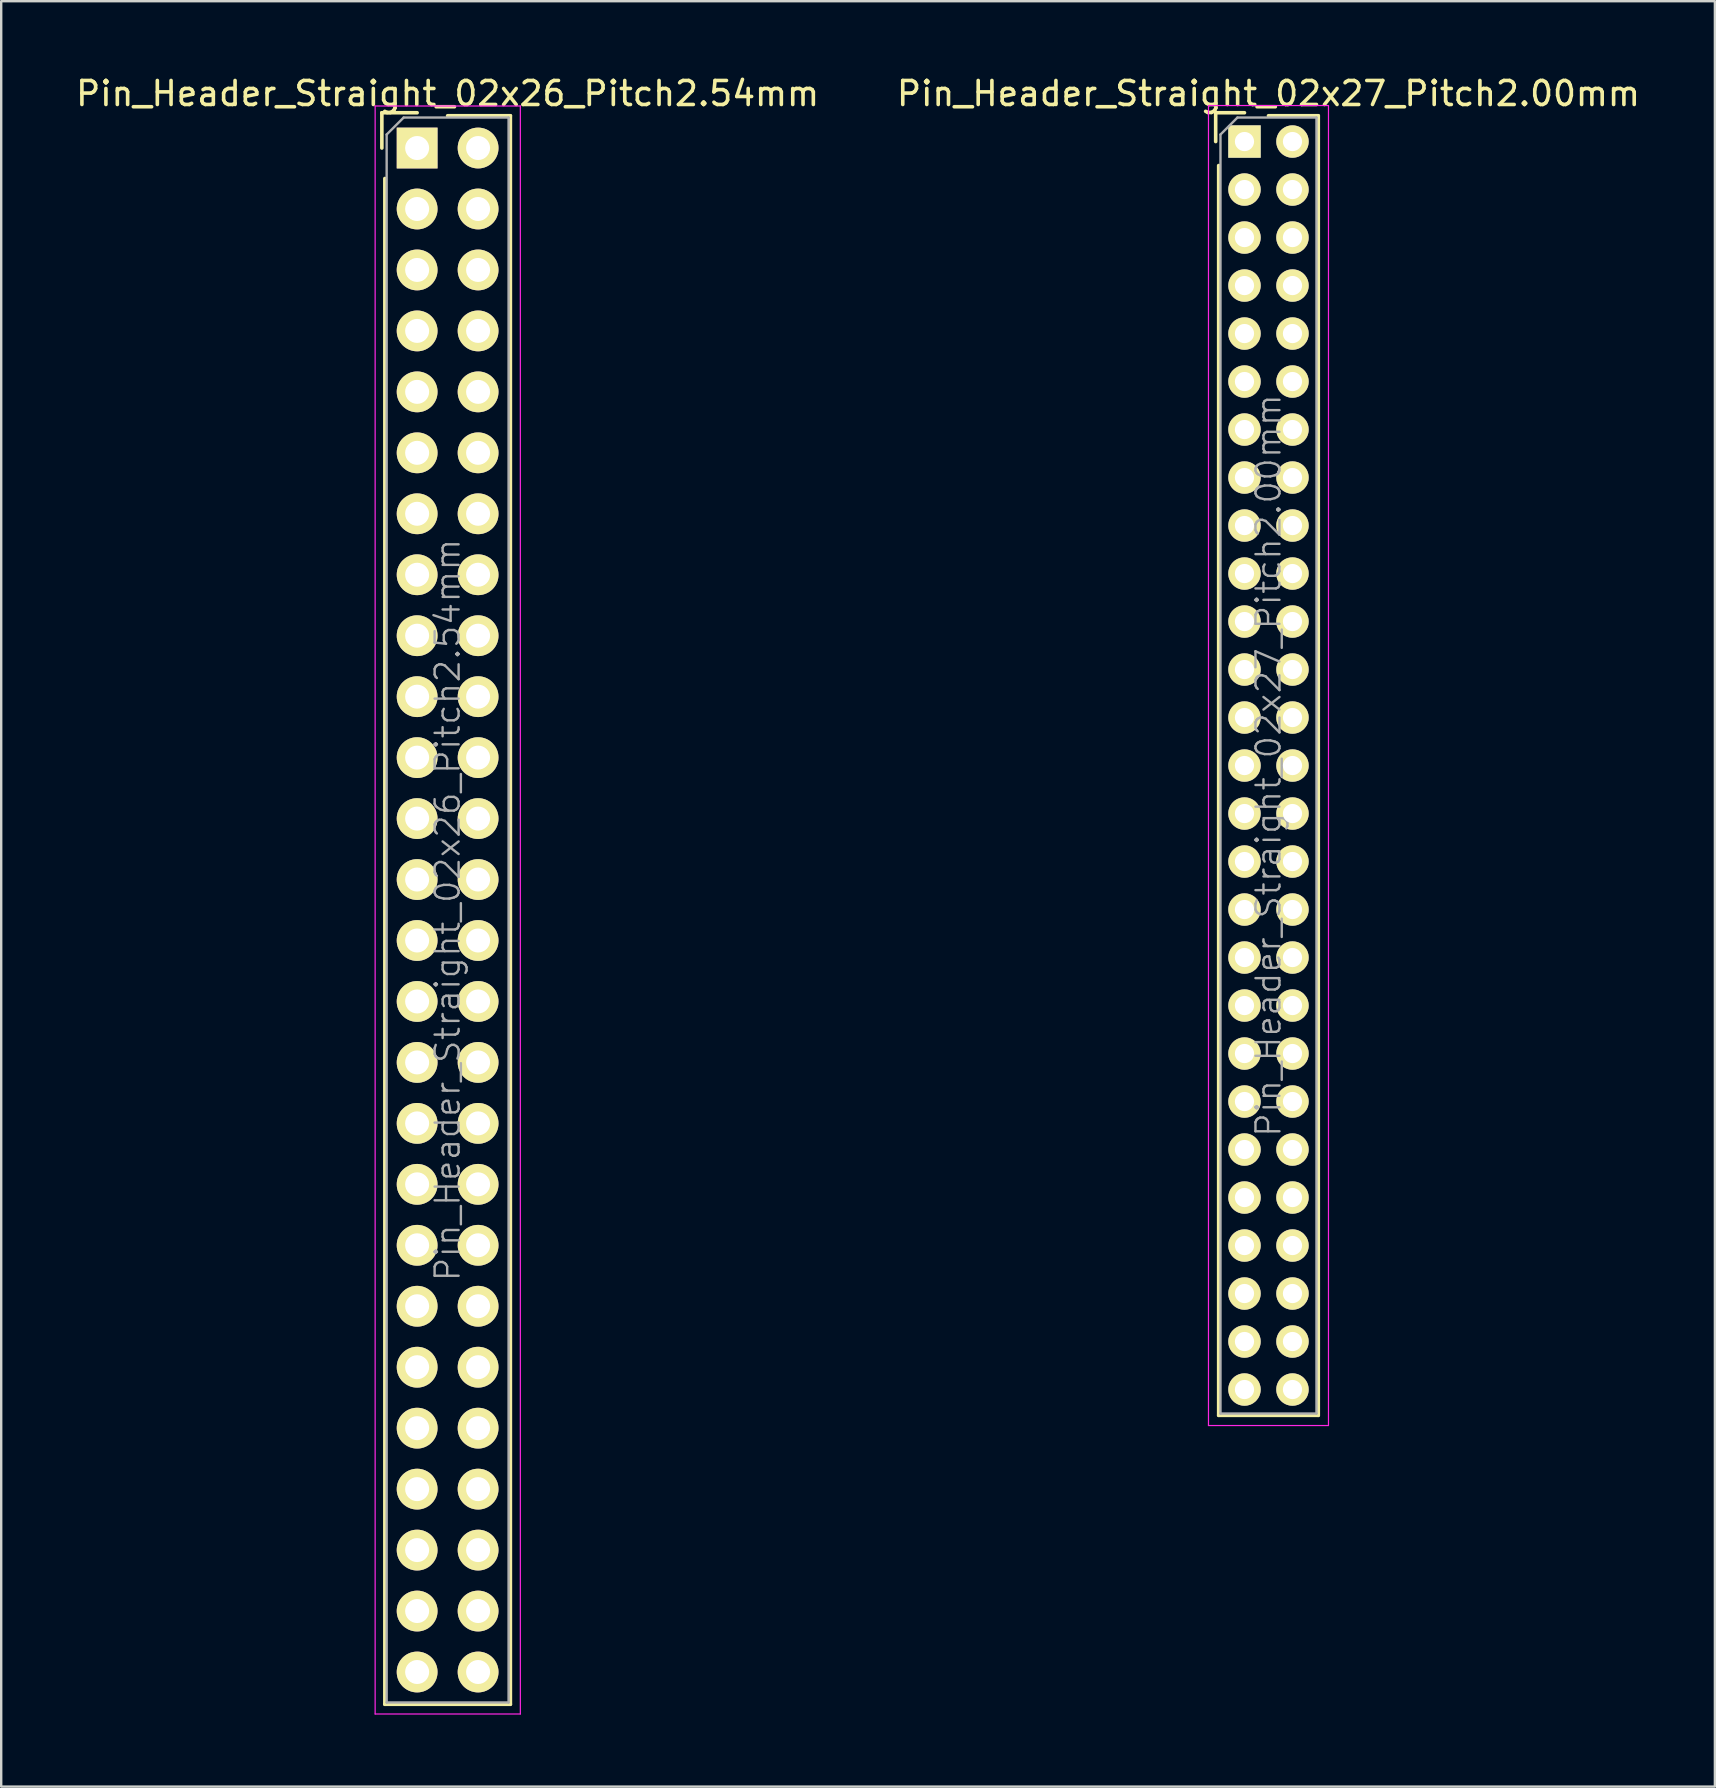
<source format=kicad_pcb>
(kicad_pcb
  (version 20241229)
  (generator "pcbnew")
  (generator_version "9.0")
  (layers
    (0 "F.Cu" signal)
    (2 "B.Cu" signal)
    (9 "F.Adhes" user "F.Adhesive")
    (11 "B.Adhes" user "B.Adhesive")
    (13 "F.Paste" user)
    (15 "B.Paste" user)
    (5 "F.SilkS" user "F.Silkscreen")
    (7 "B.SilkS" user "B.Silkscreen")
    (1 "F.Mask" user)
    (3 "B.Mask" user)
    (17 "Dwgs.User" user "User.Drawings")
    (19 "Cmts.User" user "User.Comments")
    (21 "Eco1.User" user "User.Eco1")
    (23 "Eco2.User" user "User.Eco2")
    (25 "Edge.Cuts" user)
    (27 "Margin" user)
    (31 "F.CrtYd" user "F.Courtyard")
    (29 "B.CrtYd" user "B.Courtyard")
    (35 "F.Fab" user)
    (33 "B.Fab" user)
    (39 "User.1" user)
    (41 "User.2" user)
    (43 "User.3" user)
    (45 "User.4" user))
  (footprint "Pin_Header_Straight_02x26_Pitch2.54mm"
    (layer "F.Cu")
    (at 14.331 3.118)
    (property "Reference" "Pin_Header_Straight_02x26_Pitch2.54mm" (at 1.27 -2.27 0) (layer "F.SilkS") (effects (font (size 1 1) (thickness 0.15))))
    (attr smd)
    (fp_line (start -1.47 -1.47) (end -1.47 0) (stroke (width 0.15) (type solid)) (layer "F.SilkS"))
    (fp_line (start -1.47 -1.47) (end 0 -1.47) (stroke (width 0.15) (type solid)) (layer "F.SilkS"))
    (fp_line (start -1.345 1.27) (end -1.345 64.845) (stroke (width 0.15) (type solid)) (layer "F.SilkS"))
    (fp_line (start -1.345 64.845) (end 3.885 64.845) (stroke (width 0.15) (type solid)) (layer "F.SilkS"))
    (fp_line (start 1.27 -1.345) (end 3.885 -1.345) (stroke (width 0.15) (type solid)) (layer "F.SilkS"))
    (fp_line (start 3.885 -1.345) (end 3.885 64.845) (stroke (width 0.15) (type solid)) (layer "F.SilkS"))
    (fp_line (start -1.75 -1.75) (end -1.75 65.25) (stroke (width 0.05) (type solid)) (layer "F.CrtYd"))
    (fp_line (start 4.3 -1.75) (end -1.75 -1.75) (stroke (width 0.05) (type solid)) (layer "F.CrtYd"))
    (fp_line (start 4.3 -1.75) (end 4.3 65.25) (stroke (width 0.05) (type solid)) (layer "F.CrtYd"))
    (fp_line (start 4.3 65.25) (end -1.75 65.25) (stroke (width 0.05) (type solid)) (layer "F.CrtYd"))
    (fp_line (start -1.27 -0.563) (end -0.563 -1.27) (stroke (width 0.1) (type solid)) (layer "F.Fab"))
    (fp_line (start -1.27 64.77) (end -1.27 -0.563) (stroke (width 0.1) (type solid)) (layer "F.Fab"))
    (fp_line (start 3.81 -1.27) (end -0.563 -1.27) (stroke (width 0.1) (type solid)) (layer "F.Fab"))
    (fp_line (start 3.81 64.77) (end -1.27 64.77) (stroke (width 0.1) (type solid)) (layer "F.Fab"))
    (fp_line (start 3.81 64.77) (end 3.81 -1.27) (stroke (width 0.1) (type solid)) (layer "F.Fab"))
    (fp_text user "${REFERENCE}" (at 1.27 31.75 90) (layer "F.Fab") (effects (font (size 1 1) (thickness 0.1))))
    (pad "1" thru_hole rect (at 0 0) (size 1.7 1.7) (drill 1) (layers "*.Cu" "*.Mask" "F.SilkS"))
    (pad "2" thru_hole oval (at 2.54 0) (size 1.7 1.7) (drill 1) (layers "*.Cu" "*.Mask" "F.SilkS"))
    (pad "3" thru_hole oval (at 0 2.54) (size 1.7 1.7) (drill 1) (layers "*.Cu" "*.Mask" "F.SilkS"))
    (pad "4" thru_hole oval (at 2.54 2.54) (size 1.7 1.7) (drill 1) (layers "*.Cu" "*.Mask" "F.SilkS"))
    (pad "5" thru_hole oval (at 0 5.08) (size 1.7 1.7) (drill 1) (layers "*.Cu" "*.Mask" "F.SilkS"))
    (pad "6" thru_hole oval (at 2.54 5.08) (size 1.7 1.7) (drill 1) (layers "*.Cu" "*.Mask" "F.SilkS"))
    (pad "7" thru_hole oval (at 0 7.62) (size 1.7 1.7) (drill 1) (layers "*.Cu" "*.Mask" "F.SilkS"))
    (pad "8" thru_hole oval (at 2.54 7.62) (size 1.7 1.7) (drill 1) (layers "*.Cu" "*.Mask" "F.SilkS"))
    (pad "9" thru_hole oval (at 0 10.16) (size 1.7 1.7) (drill 1) (layers "*.Cu" "*.Mask" "F.SilkS"))
    (pad "10" thru_hole oval (at 2.54 10.16) (size 1.7 1.7) (drill 1) (layers "*.Cu" "*.Mask" "F.SilkS"))
    (pad "11" thru_hole oval (at 0 12.7) (size 1.7 1.7) (drill 1) (layers "*.Cu" "*.Mask" "F.SilkS"))
    (pad "12" thru_hole oval (at 2.54 12.7) (size 1.7 1.7) (drill 1) (layers "*.Cu" "*.Mask" "F.SilkS"))
    (pad "13" thru_hole oval (at 0 15.24) (size 1.7 1.7) (drill 1) (layers "*.Cu" "*.Mask" "F.SilkS"))
    (pad "14" thru_hole oval (at 2.54 15.24) (size 1.7 1.7) (drill 1) (layers "*.Cu" "*.Mask" "F.SilkS"))
    (pad "15" thru_hole oval (at 0 17.78) (size 1.7 1.7) (drill 1) (layers "*.Cu" "*.Mask" "F.SilkS"))
    (pad "16" thru_hole oval (at 2.54 17.78) (size 1.7 1.7) (drill 1) (layers "*.Cu" "*.Mask" "F.SilkS"))
    (pad "17" thru_hole oval (at 0 20.32) (size 1.7 1.7) (drill 1) (layers "*.Cu" "*.Mask" "F.SilkS"))
    (pad "18" thru_hole oval (at 2.54 20.32) (size 1.7 1.7) (drill 1) (layers "*.Cu" "*.Mask" "F.SilkS"))
    (pad "19" thru_hole oval (at 0 22.86) (size 1.7 1.7) (drill 1) (layers "*.Cu" "*.Mask" "F.SilkS"))
    (pad "20" thru_hole oval (at 2.54 22.86) (size 1.7 1.7) (drill 1) (layers "*.Cu" "*.Mask" "F.SilkS"))
    (pad "21" thru_hole oval (at 0 25.4) (size 1.7 1.7) (drill 1) (layers "*.Cu" "*.Mask" "F.SilkS"))
    (pad "22" thru_hole oval (at 2.54 25.4) (size 1.7 1.7) (drill 1) (layers "*.Cu" "*.Mask" "F.SilkS"))
    (pad "23" thru_hole oval (at 0 27.94) (size 1.7 1.7) (drill 1) (layers "*.Cu" "*.Mask" "F.SilkS"))
    (pad "24" thru_hole oval (at 2.54 27.94) (size 1.7 1.7) (drill 1) (layers "*.Cu" "*.Mask" "F.SilkS"))
    (pad "25" thru_hole oval (at 0 30.48) (size 1.7 1.7) (drill 1) (layers "*.Cu" "*.Mask" "F.SilkS"))
    (pad "26" thru_hole oval (at 2.54 30.48) (size 1.7 1.7) (drill 1) (layers "*.Cu" "*.Mask" "F.SilkS"))
    (pad "27" thru_hole oval (at 0 33.02) (size 1.7 1.7) (drill 1) (layers "*.Cu" "*.Mask" "F.SilkS"))
    (pad "28" thru_hole oval (at 2.54 33.02) (size 1.7 1.7) (drill 1) (layers "*.Cu" "*.Mask" "F.SilkS"))
    (pad "29" thru_hole oval (at 0 35.56) (size 1.7 1.7) (drill 1) (layers "*.Cu" "*.Mask" "F.SilkS"))
    (pad "30" thru_hole oval (at 2.54 35.56) (size 1.7 1.7) (drill 1) (layers "*.Cu" "*.Mask" "F.SilkS"))
    (pad "31" thru_hole oval (at 0 38.1) (size 1.7 1.7) (drill 1) (layers "*.Cu" "*.Mask" "F.SilkS"))
    (pad "32" thru_hole oval (at 2.54 38.1) (size 1.7 1.7) (drill 1) (layers "*.Cu" "*.Mask" "F.SilkS"))
    (pad "33" thru_hole oval (at 0 40.64) (size 1.7 1.7) (drill 1) (layers "*.Cu" "*.Mask" "F.SilkS"))
    (pad "34" thru_hole oval (at 2.54 40.64) (size 1.7 1.7) (drill 1) (layers "*.Cu" "*.Mask" "F.SilkS"))
    (pad "35" thru_hole oval (at 0 43.18) (size 1.7 1.7) (drill 1) (layers "*.Cu" "*.Mask" "F.SilkS"))
    (pad "36" thru_hole oval (at 2.54 43.18) (size 1.7 1.7) (drill 1) (layers "*.Cu" "*.Mask" "F.SilkS"))
    (pad "37" thru_hole oval (at 0 45.72) (size 1.7 1.7) (drill 1) (layers "*.Cu" "*.Mask" "F.SilkS"))
    (pad "38" thru_hole oval (at 2.54 45.72) (size 1.7 1.7) (drill 1) (layers "*.Cu" "*.Mask" "F.SilkS"))
    (pad "39" thru_hole oval (at 0 48.26) (size 1.7 1.7) (drill 1) (layers "*.Cu" "*.Mask" "F.SilkS"))
    (pad "40" thru_hole oval (at 2.54 48.26) (size 1.7 1.7) (drill 1) (layers "*.Cu" "*.Mask" "F.SilkS"))
    (pad "41" thru_hole oval (at 0 50.8) (size 1.7 1.7) (drill 1) (layers "*.Cu" "*.Mask" "F.SilkS"))
    (pad "42" thru_hole oval (at 2.54 50.8) (size 1.7 1.7) (drill 1) (layers "*.Cu" "*.Mask" "F.SilkS"))
    (pad "43" thru_hole oval (at 0 53.34) (size 1.7 1.7) (drill 1) (layers "*.Cu" "*.Mask" "F.SilkS"))
    (pad "44" thru_hole oval (at 2.54 53.34) (size 1.7 1.7) (drill 1) (layers "*.Cu" "*.Mask" "F.SilkS"))
    (pad "45" thru_hole oval (at 0 55.88) (size 1.7 1.7) (drill 1) (layers "*.Cu" "*.Mask" "F.SilkS"))
    (pad "46" thru_hole oval (at 2.54 55.88) (size 1.7 1.7) (drill 1) (layers "*.Cu" "*.Mask" "F.SilkS"))
    (pad "47" thru_hole oval (at 0 58.42) (size 1.7 1.7) (drill 1) (layers "*.Cu" "*.Mask" "F.SilkS"))
    (pad "48" thru_hole oval (at 2.54 58.42) (size 1.7 1.7) (drill 1) (layers "*.Cu" "*.Mask" "F.SilkS"))
    (pad "49" thru_hole oval (at 0 60.96) (size 1.7 1.7) (drill 1) (layers "*.Cu" "*.Mask" "F.SilkS"))
    (pad "50" thru_hole oval (at 2.54 60.96) (size 1.7 1.7) (drill 1) (layers "*.Cu" "*.Mask" "F.SilkS"))
    (pad "51" thru_hole oval (at 0 63.5) (size 1.7 1.7) (drill 1) (layers "*.Cu" "*.Mask" "F.SilkS"))
    (pad "52" thru_hole oval (at 2.54 63.5) (size 1.7 1.7) (drill 1) (layers "*.Cu" "*.Mask" "F.SilkS")))
  (footprint "Pin_Header_Straight_02x27_Pitch2.00mm"
    (layer "F.Cu")
    (at 48.804 2.848)
    (property "Reference" "Pin_Header_Straight_02x27_Pitch2.00mm" (at 1 -2 0) (layer "F.SilkS") (effects (font (size 1 1) (thickness 0.15))))
    (attr smd)
    (fp_line (start -1.2 -1.2) (end -1.2 0) (stroke (width 0.15) (type solid)) (layer "F.SilkS"))
    (fp_line (start -1.2 -1.2) (end 0 -1.2) (stroke (width 0.15) (type solid)) (layer "F.SilkS"))
    (fp_line (start -1.075 1) (end -1.075 53.075) (stroke (width 0.15) (type solid)) (layer "F.SilkS"))
    (fp_line (start -1.075 53.075) (end 3.075 53.075) (stroke (width 0.15) (type solid)) (layer "F.SilkS"))
    (fp_line (start 1 -1.075) (end 3.075 -1.075) (stroke (width 0.15) (type solid)) (layer "F.SilkS"))
    (fp_line (start 3.075 -1.075) (end 3.075 53.075) (stroke (width 0.15) (type solid)) (layer "F.SilkS"))
    (fp_line (start -1.5 -1.5) (end -1.5 53.5) (stroke (width 0.05) (type solid)) (layer "F.CrtYd"))
    (fp_line (start 3.5 -1.5) (end -1.5 -1.5) (stroke (width 0.05) (type solid)) (layer "F.CrtYd"))
    (fp_line (start 3.5 -1.5) (end 3.5 53.5) (stroke (width 0.05) (type solid)) (layer "F.CrtYd"))
    (fp_line (start 3.5 53.5) (end -1.5 53.5) (stroke (width 0.05) (type solid)) (layer "F.CrtYd"))
    (fp_line (start -1 -0.293) (end -0.293 -1) (stroke (width 0.1) (type solid)) (layer "F.Fab"))
    (fp_line (start -1 53) (end -1 -0.293) (stroke (width 0.1) (type solid)) (layer "F.Fab"))
    (fp_line (start 3 -1) (end -0.293 -1) (stroke (width 0.1) (type solid)) (layer "F.Fab"))
    (fp_line (start 3 53) (end -1 53) (stroke (width 0.1) (type solid)) (layer "F.Fab"))
    (fp_line (start 3 53) (end 3 -1) (stroke (width 0.1) (type solid)) (layer "F.Fab"))
    (fp_text user "${REFERENCE}" (at 1 26 90) (layer "F.Fab") (effects (font (size 1 1) (thickness 0.1))))
    (pad "1" thru_hole rect (at 0 0) (size 1.35 1.35) (drill 0.8) (layers "*.Cu" "*.Mask" "F.SilkS"))
    (pad "2" thru_hole oval (at 2 0) (size 1.35 1.35) (drill 0.8) (layers "*.Cu" "*.Mask" "F.SilkS"))
    (pad "3" thru_hole oval (at 0 2) (size 1.35 1.35) (drill 0.8) (layers "*.Cu" "*.Mask" "F.SilkS"))
    (pad "4" thru_hole oval (at 2 2) (size 1.35 1.35) (drill 0.8) (layers "*.Cu" "*.Mask" "F.SilkS"))
    (pad "5" thru_hole oval (at 0 4) (size 1.35 1.35) (drill 0.8) (layers "*.Cu" "*.Mask" "F.SilkS"))
    (pad "6" thru_hole oval (at 2 4) (size 1.35 1.35) (drill 0.8) (layers "*.Cu" "*.Mask" "F.SilkS"))
    (pad "7" thru_hole oval (at 0 6) (size 1.35 1.35) (drill 0.8) (layers "*.Cu" "*.Mask" "F.SilkS"))
    (pad "8" thru_hole oval (at 2 6) (size 1.35 1.35) (drill 0.8) (layers "*.Cu" "*.Mask" "F.SilkS"))
    (pad "9" thru_hole oval (at 0 8) (size 1.35 1.35) (drill 0.8) (layers "*.Cu" "*.Mask" "F.SilkS"))
    (pad "10" thru_hole oval (at 2 8) (size 1.35 1.35) (drill 0.8) (layers "*.Cu" "*.Mask" "F.SilkS"))
    (pad "11" thru_hole oval (at 0 10) (size 1.35 1.35) (drill 0.8) (layers "*.Cu" "*.Mask" "F.SilkS"))
    (pad "12" thru_hole oval (at 2 10) (size 1.35 1.35) (drill 0.8) (layers "*.Cu" "*.Mask" "F.SilkS"))
    (pad "13" thru_hole oval (at 0 12) (size 1.35 1.35) (drill 0.8) (layers "*.Cu" "*.Mask" "F.SilkS"))
    (pad "14" thru_hole oval (at 2 12) (size 1.35 1.35) (drill 0.8) (layers "*.Cu" "*.Mask" "F.SilkS"))
    (pad "15" thru_hole oval (at 0 14) (size 1.35 1.35) (drill 0.8) (layers "*.Cu" "*.Mask" "F.SilkS"))
    (pad "16" thru_hole oval (at 2 14) (size 1.35 1.35) (drill 0.8) (layers "*.Cu" "*.Mask" "F.SilkS"))
    (pad "17" thru_hole oval (at 0 16) (size 1.35 1.35) (drill 0.8) (layers "*.Cu" "*.Mask" "F.SilkS"))
    (pad "18" thru_hole oval (at 2 16) (size 1.35 1.35) (drill 0.8) (layers "*.Cu" "*.Mask" "F.SilkS"))
    (pad "19" thru_hole oval (at 0 18) (size 1.35 1.35) (drill 0.8) (layers "*.Cu" "*.Mask" "F.SilkS"))
    (pad "20" thru_hole oval (at 2 18) (size 1.35 1.35) (drill 0.8) (layers "*.Cu" "*.Mask" "F.SilkS"))
    (pad "21" thru_hole oval (at 0 20) (size 1.35 1.35) (drill 0.8) (layers "*.Cu" "*.Mask" "F.SilkS"))
    (pad "22" thru_hole oval (at 2 20) (size 1.35 1.35) (drill 0.8) (layers "*.Cu" "*.Mask" "F.SilkS"))
    (pad "23" thru_hole oval (at 0 22) (size 1.35 1.35) (drill 0.8) (layers "*.Cu" "*.Mask" "F.SilkS"))
    (pad "24" thru_hole oval (at 2 22) (size 1.35 1.35) (drill 0.8) (layers "*.Cu" "*.Mask" "F.SilkS"))
    (pad "25" thru_hole oval (at 0 24) (size 1.35 1.35) (drill 0.8) (layers "*.Cu" "*.Mask" "F.SilkS"))
    (pad "26" thru_hole oval (at 2 24) (size 1.35 1.35) (drill 0.8) (layers "*.Cu" "*.Mask" "F.SilkS"))
    (pad "27" thru_hole oval (at 0 26) (size 1.35 1.35) (drill 0.8) (layers "*.Cu" "*.Mask" "F.SilkS"))
    (pad "28" thru_hole oval (at 2 26) (size 1.35 1.35) (drill 0.8) (layers "*.Cu" "*.Mask" "F.SilkS"))
    (pad "29" thru_hole oval (at 0 28) (size 1.35 1.35) (drill 0.8) (layers "*.Cu" "*.Mask" "F.SilkS"))
    (pad "30" thru_hole oval (at 2 28) (size 1.35 1.35) (drill 0.8) (layers "*.Cu" "*.Mask" "F.SilkS"))
    (pad "31" thru_hole oval (at 0 30) (size 1.35 1.35) (drill 0.8) (layers "*.Cu" "*.Mask" "F.SilkS"))
    (pad "32" thru_hole oval (at 2 30) (size 1.35 1.35) (drill 0.8) (layers "*.Cu" "*.Mask" "F.SilkS"))
    (pad "33" thru_hole oval (at 0 32) (size 1.35 1.35) (drill 0.8) (layers "*.Cu" "*.Mask" "F.SilkS"))
    (pad "34" thru_hole oval (at 2 32) (size 1.35 1.35) (drill 0.8) (layers "*.Cu" "*.Mask" "F.SilkS"))
    (pad "35" thru_hole oval (at 0 34) (size 1.35 1.35) (drill 0.8) (layers "*.Cu" "*.Mask" "F.SilkS"))
    (pad "36" thru_hole oval (at 2 34) (size 1.35 1.35) (drill 0.8) (layers "*.Cu" "*.Mask" "F.SilkS"))
    (pad "37" thru_hole oval (at 0 36) (size 1.35 1.35) (drill 0.8) (layers "*.Cu" "*.Mask" "F.SilkS"))
    (pad "38" thru_hole oval (at 2 36) (size 1.35 1.35) (drill 0.8) (layers "*.Cu" "*.Mask" "F.SilkS"))
    (pad "39" thru_hole oval (at 0 38) (size 1.35 1.35) (drill 0.8) (layers "*.Cu" "*.Mask" "F.SilkS"))
    (pad "40" thru_hole oval (at 2 38) (size 1.35 1.35) (drill 0.8) (layers "*.Cu" "*.Mask" "F.SilkS"))
    (pad "41" thru_hole oval (at 0 40) (size 1.35 1.35) (drill 0.8) (layers "*.Cu" "*.Mask" "F.SilkS"))
    (pad "42" thru_hole oval (at 2 40) (size 1.35 1.35) (drill 0.8) (layers "*.Cu" "*.Mask" "F.SilkS"))
    (pad "43" thru_hole oval (at 0 42) (size 1.35 1.35) (drill 0.8) (layers "*.Cu" "*.Mask" "F.SilkS"))
    (pad "44" thru_hole oval (at 2 42) (size 1.35 1.35) (drill 0.8) (layers "*.Cu" "*.Mask" "F.SilkS"))
    (pad "45" thru_hole oval (at 0 44) (size 1.35 1.35) (drill 0.8) (layers "*.Cu" "*.Mask" "F.SilkS"))
    (pad "46" thru_hole oval (at 2 44) (size 1.35 1.35) (drill 0.8) (layers "*.Cu" "*.Mask" "F.SilkS"))
    (pad "47" thru_hole oval (at 0 46) (size 1.35 1.35) (drill 0.8) (layers "*.Cu" "*.Mask" "F.SilkS"))
    (pad "48" thru_hole oval (at 2 46) (size 1.35 1.35) (drill 0.8) (layers "*.Cu" "*.Mask" "F.SilkS"))
    (pad "49" thru_hole oval (at 0 48) (size 1.35 1.35) (drill 0.8) (layers "*.Cu" "*.Mask" "F.SilkS"))
    (pad "50" thru_hole oval (at 2 48) (size 1.35 1.35) (drill 0.8) (layers "*.Cu" "*.Mask" "F.SilkS"))
    (pad "51" thru_hole oval (at 0 50) (size 1.35 1.35) (drill 0.8) (layers "*.Cu" "*.Mask" "F.SilkS"))
    (pad "52" thru_hole oval (at 2 50) (size 1.35 1.35) (drill 0.8) (layers "*.Cu" "*.Mask" "F.SilkS"))
    (pad "53" thru_hole oval (at 0 52) (size 1.35 1.35) (drill 0.8) (layers "*.Cu" "*.Mask" "F.SilkS"))
    (pad "54" thru_hole oval (at 2 52) (size 1.35 1.35) (drill 0.8) (layers "*.Cu" "*.Mask" "F.SilkS")))
  (gr_rect
    (start -3 -3)
    (end 68.405 71.393)
    (stroke (width 0.1) (type default))
    (fill no)
    (layer "Edge.Cuts")))
</source>
